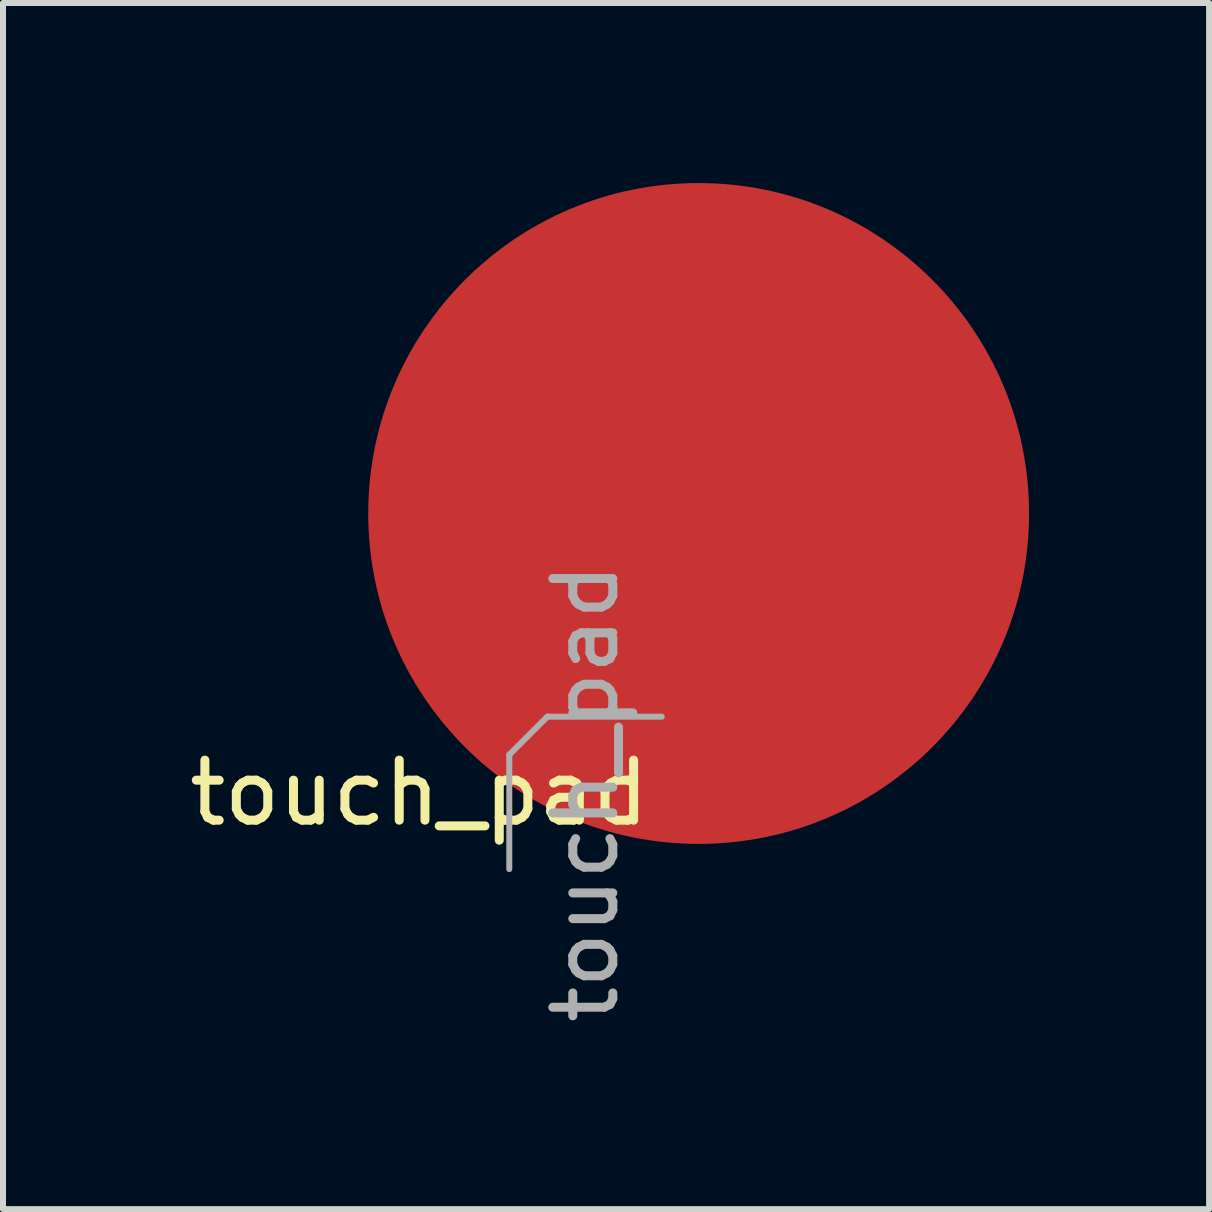
<source format=kicad_pcb>
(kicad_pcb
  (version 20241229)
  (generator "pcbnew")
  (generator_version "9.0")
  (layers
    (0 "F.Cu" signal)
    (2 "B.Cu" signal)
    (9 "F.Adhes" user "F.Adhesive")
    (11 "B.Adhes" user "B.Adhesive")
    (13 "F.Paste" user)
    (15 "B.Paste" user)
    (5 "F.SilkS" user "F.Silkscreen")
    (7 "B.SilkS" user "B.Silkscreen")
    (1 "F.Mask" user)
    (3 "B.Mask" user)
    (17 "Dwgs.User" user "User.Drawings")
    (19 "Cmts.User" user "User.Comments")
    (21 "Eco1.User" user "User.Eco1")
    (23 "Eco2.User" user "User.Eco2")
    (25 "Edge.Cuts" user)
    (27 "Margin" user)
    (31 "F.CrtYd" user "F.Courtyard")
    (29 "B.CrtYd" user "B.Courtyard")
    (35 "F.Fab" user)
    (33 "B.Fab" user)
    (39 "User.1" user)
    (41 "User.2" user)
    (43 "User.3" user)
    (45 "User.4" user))
  (footprint "touch_pad"
    (layer "F.Cu")
    (at 3.935 10.16)
    (property "Reference" "touch_pad" (at 0 0 0) (layer "F.SilkS") (effects (font (size 1 1) (thickness 0.15))))
    (attr through_hole)
    (fp_line (start 1.5 -0.635) (end 2.135 -1.27) (stroke (width 0.1) (type solid)) (layer "F.Fab"))
    (fp_line (start 1.5 1.27) (end 1.5 -0.635) (stroke (width 0.1) (type solid)) (layer "F.Fab"))
    (fp_line (start 2.135 -1.27) (end 4.04 -1.27) (stroke (width 0.1) (type solid)) (layer "F.Fab"))
    (fp_text user "${REFERENCE}" (at 2.77 0 90) (layer "F.Fab") (effects (font (size 1 1) (thickness 0.15))))
    (pad "1" smd oval (at 4.655 -4.655) (size 11.01 11.01) (layers "F.Cu" "F.Mask")))
  (gr_rect
    (start -3 -3)
    (end 17.095 17.095)
    (stroke (width 0.1) (type default))
    (fill no)
    (layer "Edge.Cuts")))
</source>
